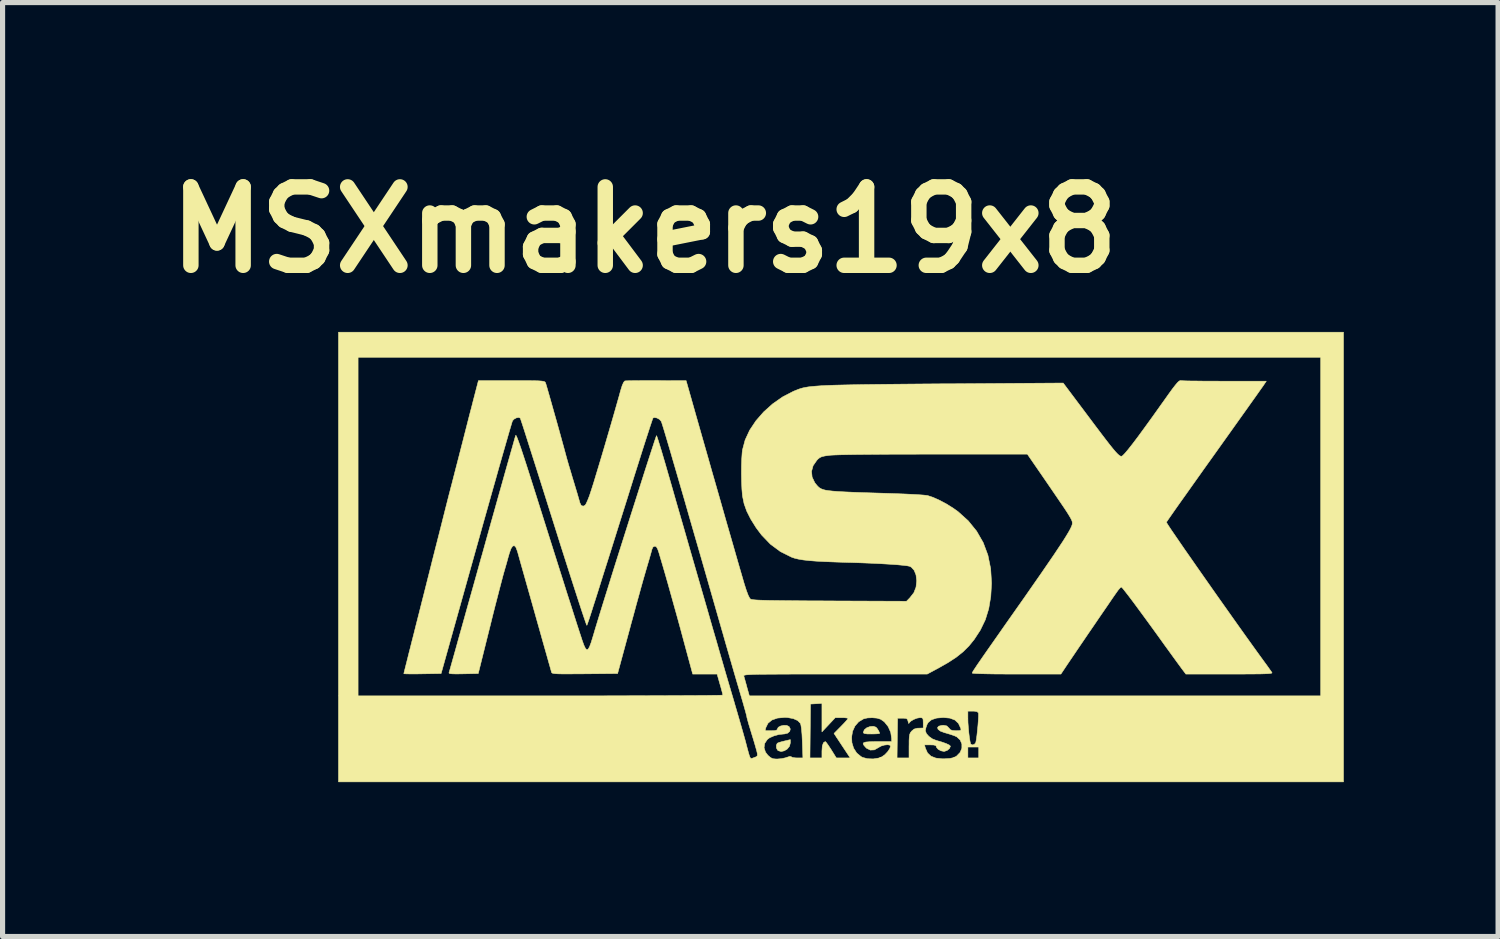
<source format=kicad_pcb>
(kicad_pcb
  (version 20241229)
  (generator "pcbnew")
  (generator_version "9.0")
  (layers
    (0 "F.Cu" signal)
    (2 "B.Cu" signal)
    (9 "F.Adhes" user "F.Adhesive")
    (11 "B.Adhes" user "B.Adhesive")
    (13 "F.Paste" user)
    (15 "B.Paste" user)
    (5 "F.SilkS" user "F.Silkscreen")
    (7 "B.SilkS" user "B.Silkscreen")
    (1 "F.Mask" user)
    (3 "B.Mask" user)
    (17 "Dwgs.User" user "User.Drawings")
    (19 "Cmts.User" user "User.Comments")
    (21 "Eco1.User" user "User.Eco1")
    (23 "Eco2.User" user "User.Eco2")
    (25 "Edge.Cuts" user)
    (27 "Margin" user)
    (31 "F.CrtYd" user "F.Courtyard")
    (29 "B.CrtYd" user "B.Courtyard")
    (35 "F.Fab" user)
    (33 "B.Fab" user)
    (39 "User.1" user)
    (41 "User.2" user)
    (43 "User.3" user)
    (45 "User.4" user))
  (footprint "MSXmakers19x8"
    (layer "F.Cu")
    (at 13.288 7.768)
    (property "Reference" "MSXmakers19x8" (at -3.81 -6.35 0) (layer "F.SilkS") (effects (font (size 1.524 1.524) (thickness 0.3))))
    (attr through_hole)
    (fp_poly (pts (xy -0.974 3.622) (xy -0.99 3.687) (xy -1.033 3.741) (xy -1.091 3.777) (xy -1.153 3.791) (xy -1.209 3.775) (xy -1.223 3.763) (xy -1.245 3.721) (xy -1.246 3.67) (xy -1.229 3.631) (xy -1.224 3.628) (xy -1.19 3.614) (xy -1.13 3.597) (xy -1.086 3.586) (xy -0.974 3.56) (xy -0.974 3.622)) (stroke (width 0.01) (type solid)) (fill yes) (layer "F.SilkS"))
    (fp_poly (pts (xy 0.69 3.318) (xy 0.716 3.347) (xy 0.744 3.392) (xy 0.761 3.431) (xy 0.762 3.438) (xy 0.743 3.444) (xy 0.691 3.448) (xy 0.618 3.45) (xy 0.603 3.45) (xy 0.52 3.449) (xy 0.47 3.442) (xy 0.448 3.431) (xy 0.445 3.418) (xy 0.463 3.37) (xy 0.511 3.33) (xy 0.575 3.306) (xy 0.64 3.301) (xy 0.69 3.318)) (stroke (width 0.01) (type solid)) (fill yes) (layer "F.SilkS"))
    (fp_poly (pts (xy 9.779 4.381) (xy -9.758 4.381) (xy -9.758 -3.873) (xy -9.377 -3.873) (xy -9.377 2.709) (xy -5.831 2.709) (xy -5.447 2.709) (xy -5.075 2.709) (xy -4.717 2.709) (xy -4.374 2.708) (xy -4.05 2.707) (xy -3.745 2.706) (xy -3.464 2.705) (xy -3.207 2.704) (xy -2.977 2.703) (xy -2.776 2.702) (xy -2.607 2.701) (xy -2.471 2.699) (xy -2.371 2.698) (xy -2.308 2.696) (xy -2.286 2.694) (xy -2.286 2.694) (xy -2.291 2.669) (xy -2.306 2.612) (xy -2.327 2.534) (xy -2.342 2.483) (xy -2.398 2.286) (xy -2.872 2.286) (xy -3.048 1.635) (xy -3.106 1.419) (xy -3.168 1.193) (xy -3.232 0.964) (xy -3.295 0.738) (xy -3.355 0.523) (xy -3.412 0.324) (xy -3.463 0.149) (xy -3.506 0.004) (xy -3.529 -0.074) (xy -3.555 -0.148) (xy -3.579 -0.188) (xy -3.605 -0.201) (xy -3.609 -0.201) (xy -3.645 -0.183) (xy -3.665 -0.138) (xy -3.676 -0.095) (xy -3.697 -0.021) (xy -3.725 0.076) (xy -3.757 0.184) (xy -3.768 0.222) (xy -3.793 0.308) (xy -3.828 0.429) (xy -3.87 0.578) (xy -3.917 0.749) (xy -3.969 0.936) (xy -4.022 1.133) (xy -4.077 1.332) (xy -4.094 1.397) (xy -4.332 2.275) (xy -4.969 2.281) (xy -5.15 2.282) (xy -5.294 2.283) (xy -5.404 2.283) (xy -5.486 2.281) (xy -5.543 2.278) (xy -5.58 2.273) (xy -5.602 2.267) (xy -5.613 2.258) (xy -5.617 2.249) (xy -5.625 2.219) (xy -5.644 2.152) (xy -5.672 2.054) (xy -5.707 1.929) (xy -5.749 1.781) (xy -5.796 1.615) (xy -5.846 1.436) (xy -5.899 1.249) (xy -5.953 1.057) (xy -6.007 0.865) (xy -6.06 0.678) (xy -6.11 0.501) (xy -6.156 0.338) (xy -6.197 0.194) (xy -6.231 0.073) (xy -6.257 -0.02) (xy -6.274 -0.081) (xy -6.28 -0.101) (xy -6.308 -0.176) (xy -6.339 -0.21) (xy -6.371 -0.203) (xy -6.404 -0.154) (xy -6.437 -0.063) (xy -6.443 -0.041) (xy -6.463 0.028) (xy -6.489 0.124) (xy -6.52 0.231) (xy -6.542 0.307) (xy -6.562 0.379) (xy -6.59 0.486) (xy -6.626 0.623) (xy -6.667 0.783) (xy -6.713 0.96) (xy -6.761 1.15) (xy -6.809 1.345) (xy -6.825 1.408) (xy -7.041 2.275) (xy -7.33 2.281) (xy -7.45 2.283) (xy -7.532 2.282) (xy -7.583 2.278) (xy -7.607 2.27) (xy -7.61 2.26) (xy -7.603 2.237) (xy -7.585 2.175) (xy -7.558 2.078) (xy -7.521 1.947) (xy -7.476 1.787) (xy -7.424 1.599) (xy -7.364 1.386) (xy -7.298 1.15) (xy -7.227 0.895) (xy -7.15 0.622) (xy -7.07 0.336) (xy -6.987 0.037) (xy -6.964 -0.042) (xy -6.88 -0.344) (xy -6.799 -0.635) (xy -6.721 -0.912) (xy -6.648 -1.173) (xy -6.58 -1.414) (xy -6.518 -1.635) (xy -6.463 -1.83) (xy -6.415 -1.999) (xy -6.375 -2.139) (xy -6.345 -2.246) (xy -6.324 -2.319) (xy -6.313 -2.353) (xy -6.313 -2.356) (xy -6.303 -2.348) (xy -6.284 -2.305) (xy -6.254 -2.225) (xy -6.213 -2.108) (xy -6.162 -1.954) (xy -6.099 -1.761) (xy -6.025 -1.529) (xy -5.939 -1.258) (xy -5.928 -1.224) (xy -5.813 -0.859) (xy -5.703 -0.51) (xy -5.598 -0.178) (xy -5.499 0.135) (xy -5.407 0.425) (xy -5.323 0.692) (xy -5.246 0.931) (xy -5.179 1.142) (xy -5.122 1.32) (xy -5.075 1.465) (xy -5.039 1.574) (xy -5.021 1.63) (xy -4.987 1.724) (xy -4.958 1.785) (xy -4.932 1.812) (xy -4.906 1.803) (xy -4.879 1.758) (xy -4.847 1.674) (xy -4.809 1.55) (xy -4.795 1.503) (xy -4.771 1.421) (xy -4.737 1.309) (xy -4.694 1.168) (xy -4.643 1.003) (xy -4.585 0.816) (xy -4.521 0.612) (xy -4.453 0.393) (xy -4.381 0.163) (xy -4.306 -0.074) (xy -4.229 -0.317) (xy -4.152 -0.56) (xy -4.076 -0.801) (xy -4.001 -1.036) (xy -3.929 -1.262) (xy -3.861 -1.476) (xy -3.798 -1.674) (xy -3.74 -1.854) (xy -3.689 -2.011) (xy -3.646 -2.142) (xy -3.613 -2.244) (xy -3.589 -2.313) (xy -3.577 -2.347) (xy -3.575 -2.349) (xy -3.567 -2.33) (xy -3.548 -2.274) (xy -3.521 -2.187) (xy -3.486 -2.074) (xy -3.446 -1.938) (xy -3.401 -1.786) (xy -3.367 -1.667) (xy -3.318 -1.498) (xy -3.259 -1.293) (xy -3.192 -1.057) (xy -3.116 -0.795) (xy -3.034 -0.512) (xy -2.948 -0.212) (xy -2.858 0.1) (xy -2.766 0.419) (xy -2.673 0.74) (xy -2.581 1.058) (xy -2.492 1.369) (xy -2.405 1.667) (xy -2.349 1.863) (xy -2.298 2.038) (xy -2.24 2.239) (xy -2.178 2.45) (xy -2.117 2.657) (xy -2.062 2.843) (xy -2.052 2.879) (xy -2.007 3.032) (xy -1.963 3.184) (xy -1.922 3.326) (xy -1.887 3.449) (xy -1.86 3.545) (xy -1.848 3.588) (xy -1.815 3.715) (xy -1.79 3.807) (xy -1.772 3.868) (xy -1.758 3.905) (xy -1.744 3.923) (xy -1.729 3.926) (xy -1.709 3.92) (xy -1.681 3.91) (xy -1.681 3.91) (xy -1.632 3.891) (xy -1.614 3.868) (xy -1.617 3.825) (xy -1.618 3.821) (xy -1.628 3.778) (xy -1.645 3.718) (xy -1.485 3.718) (xy -1.457 3.804) (xy -1.41 3.865) (xy -1.359 3.909) (xy -1.313 3.931) (xy -1.249 3.937) (xy -1.229 3.937) (xy -1.147 3.93) (xy -1.068 3.913) (xy -1.042 3.904) (xy -0.984 3.886) (xy -0.957 3.892) (xy -0.956 3.894) (xy -0.933 3.906) (xy -0.881 3.914) (xy -0.84 3.916) (xy -0.73 3.916) (xy -0.73 3.916) (xy -0.593 3.916) (xy -0.36 3.916) (xy -0.36 3.782) (xy -0.353 3.683) (xy -0.331 3.621) (xy -0.297 3.598) (xy -0.294 3.598) (xy -0.276 3.615) (xy -0.243 3.66) (xy -0.2 3.725) (xy -0.179 3.757) (xy -0.08 3.916) (xy 0.19 3.916) (xy 0.032 3.678) (xy -0.08 3.508) (xy 0.217 3.508) (xy 0.223 3.62) (xy 0.256 3.727) (xy 0.316 3.82) (xy 0.402 3.891) (xy 0.434 3.907) (xy 0.527 3.931) (xy 0.637 3.935) (xy 0.743 3.918) (xy 0.748 3.916) (xy 1.1 3.916) (xy 1.333 3.916) (xy 1.333 3.684) (xy 1.334 3.662) (xy 1.633 3.662) (xy 1.652 3.728) (xy 1.693 3.819) (xy 1.76 3.882) (xy 1.855 3.919) (xy 1.981 3.933) (xy 2.032 3.932) (xy 2.126 3.926) (xy 2.191 3.912) (xy 2.242 3.889) (xy 2.259 3.878) (xy 2.327 3.808) (xy 2.36 3.727) (xy 2.36 3.704) (xy 2.477 3.704) (xy 2.477 3.916) (xy 2.688 3.916) (xy 2.688 3.704) (xy 2.477 3.704) (xy 2.36 3.704) (xy 2.36 3.644) (xy 2.327 3.567) (xy 2.262 3.506) (xy 2.214 3.484) (xy 2.138 3.458) (xy 2.051 3.432) (xy 2.024 3.425) (xy 1.944 3.395) (xy 1.898 3.36) (xy 1.887 3.326) (xy 1.911 3.298) (xy 1.973 3.283) (xy 2.005 3.281) (xy 2.068 3.294) (xy 2.108 3.334) (xy 2.137 3.367) (xy 2.176 3.382) (xy 2.24 3.387) (xy 2.248 3.387) (xy 2.309 3.385) (xy 2.338 3.378) (xy 2.343 3.359) (xy 2.338 3.339) (xy 2.294 3.244) (xy 2.225 3.179) (xy 2.128 3.142) (xy 2.001 3.13) (xy 1.869 3.141) (xy 1.771 3.173) (xy 1.705 3.228) (xy 1.682 3.269) (xy 1.661 3.33) (xy 1.651 3.383) (xy 1.651 3.388) (xy 1.67 3.442) (xy 1.719 3.497) (xy 1.788 3.546) (xy 1.865 3.576) (xy 1.969 3.606) (xy 2.054 3.636) (xy 2.113 3.664) (xy 2.137 3.686) (xy 2.138 3.688) (xy 2.12 3.731) (xy 2.076 3.769) (xy 2.022 3.788) (xy 2.012 3.789) (xy 1.953 3.777) (xy 1.899 3.747) (xy 1.867 3.71) (xy 1.863 3.692) (xy 1.851 3.674) (xy 1.811 3.664) (xy 1.748 3.662) (xy 1.633 3.662) (xy 1.334 3.662) (xy 1.334 3.58) (xy 1.338 3.509) (xy 1.345 3.462) (xy 1.358 3.429) (xy 1.379 3.4) (xy 1.382 3.396) (xy 1.431 3.355) (xy 1.492 3.338) (xy 1.52 3.337) (xy 1.609 3.334) (xy 1.609 3.234) (xy 1.607 3.173) (xy 1.598 3.143) (xy 1.573 3.134) (xy 1.542 3.133) (xy 1.486 3.143) (xy 1.423 3.168) (xy 1.368 3.201) (xy 1.335 3.234) (xy 1.331 3.246) (xy 1.326 3.245) (xy 1.316 3.212) (xy 1.315 3.207) (xy 1.303 3.167) (xy 1.28 3.149) (xy 1.234 3.144) (xy 1.206 3.143) (xy 1.111 3.143) (xy 1.105 3.53) (xy 1.1 3.916) (xy 0.748 3.916) (xy 0.803 3.895) (xy 0.862 3.854) (xy 0.917 3.796) (xy 0.958 3.736) (xy 0.974 3.686) (xy 0.956 3.665) (xy 0.912 3.659) (xy 0.853 3.666) (xy 0.792 3.684) (xy 0.741 3.712) (xy 0.737 3.715) (xy 0.659 3.759) (xy 0.581 3.763) (xy 0.509 3.728) (xy 0.496 3.716) (xy 0.457 3.672) (xy 0.441 3.641) (xy 0.451 3.62) (xy 0.492 3.607) (xy 0.567 3.601) (xy 0.68 3.598) (xy 0.72 3.598) (xy 0.995 3.598) (xy 0.995 3.54) (xy 0.977 3.418) (xy 0.927 3.306) (xy 0.853 3.214) (xy 0.782 3.164) (xy 0.711 3.142) (xy 0.619 3.134) (xy 0.525 3.138) (xy 0.451 3.155) (xy 0.354 3.213) (xy 0.282 3.296) (xy 0.236 3.397) (xy 0.217 3.508) (xy -0.08 3.508) (xy -0.125 3.44) (xy 0.012 3.301) (xy 0.072 3.239) (xy 0.118 3.188) (xy 0.145 3.155) (xy 0.148 3.148) (xy 0.129 3.14) (xy 0.079 3.134) (xy 0.024 3.133) (xy -0.101 3.133) (xy -0.23 3.271) (xy -0.36 3.409) (xy -0.36 3.006) (xy 2.477 3.006) (xy 2.477 3.152) (xy 2.479 3.231) (xy 2.486 3.325) (xy 2.495 3.423) (xy 2.506 3.515) (xy 2.518 3.59) (xy 2.529 3.637) (xy 2.532 3.646) (xy 2.563 3.663) (xy 2.601 3.653) (xy 2.629 3.622) (xy 2.631 3.614) (xy 2.642 3.557) (xy 2.653 3.476) (xy 2.663 3.38) (xy 2.673 3.28) (xy 2.68 3.186) (xy 2.684 3.108) (xy 2.684 3.056) (xy 2.682 3.041) (xy 2.658 3.017) (xy 2.607 3.007) (xy 2.572 3.006) (xy 2.477 3.006) (xy -0.36 3.006) (xy -0.36 2.855) (xy -0.471 2.862) (xy -0.582 2.868) (xy -0.588 3.392) (xy -0.593 3.916) (xy -0.73 3.916) (xy -0.741 3.604) (xy -0.748 3.456) (xy -0.758 3.344) (xy -0.77 3.27) (xy -0.78 3.242) (xy -0.832 3.189) (xy -0.917 3.151) (xy -1.026 3.131) (xy -1.082 3.128) (xy -1.224 3.141) (xy -1.333 3.179) (xy -1.409 3.242) (xy -1.451 3.328) (xy -1.465 3.387) (xy -1.346 3.387) (xy -1.275 3.384) (xy -1.238 3.374) (xy -1.228 3.356) (xy -1.209 3.32) (xy -1.163 3.295) (xy -1.103 3.282) (xy -1.044 3.284) (xy -0.999 3.306) (xy -0.999 3.306) (xy -0.975 3.353) (xy -0.986 3.398) (xy -1.026 3.434) (xy -1.089 3.45) (xy -1.098 3.45) (xy -1.195 3.46) (xy -1.293 3.487) (xy -1.378 3.524) (xy -1.422 3.557) (xy -1.473 3.634) (xy -1.485 3.718) (xy -1.645 3.718) (xy -1.649 3.704) (xy -1.677 3.607) (xy -1.71 3.498) (xy -1.725 3.45) (xy -1.758 3.341) (xy -1.787 3.246) (xy -1.807 3.172) (xy -1.819 3.127) (xy -1.82 3.117) (xy -1.826 3.09) (xy -1.842 3.028) (xy -1.867 2.939) (xy -1.898 2.83) (xy -1.934 2.707) (xy -1.938 2.694) (xy -1.971 2.581) (xy -2.014 2.436) (xy -2.064 2.265) (xy -2.119 2.075) (xy -2.177 1.874) (xy -2.236 1.67) (xy -2.293 1.469) (xy -2.296 1.46) (xy -2.445 0.94) (xy -2.583 0.459) (xy -2.71 0.017) (xy -2.827 -0.387) (xy -2.933 -0.754) (xy -3.028 -1.086) (xy -3.114 -1.382) (xy -3.19 -1.644) (xy -3.257 -1.873) (xy -3.314 -2.07) (xy -3.363 -2.235) (xy -3.403 -2.37) (xy -3.435 -2.476) (xy -3.459 -2.553) (xy -3.475 -2.603) (xy -3.484 -2.627) (xy -3.484 -2.627) (xy -3.518 -2.666) (xy -3.568 -2.693) (xy -3.617 -2.702) (xy -3.644 -2.692) (xy -3.653 -2.67) (xy -3.673 -2.61) (xy -3.704 -2.518) (xy -3.743 -2.397) (xy -3.791 -2.25) (xy -3.845 -2.081) (xy -3.904 -1.894) (xy -3.968 -1.692) (xy -4.011 -1.556) (xy -4.137 -1.153) (xy -4.252 -0.788) (xy -4.355 -0.461) (xy -4.447 -0.168) (xy -4.529 0.092) (xy -4.602 0.321) (xy -4.665 0.522) (xy -4.719 0.694) (xy -4.766 0.842) (xy -4.806 0.966) (xy -4.838 1.068) (xy -4.865 1.151) (xy -4.886 1.216) (xy -4.903 1.265) (xy -4.915 1.3) (xy -4.923 1.322) (xy -4.928 1.335) (xy -4.93 1.338) (xy -4.938 1.321) (xy -4.958 1.266) (xy -4.989 1.175) (xy -5.03 1.053) (xy -5.08 0.9) (xy -5.138 0.721) (xy -5.204 0.517) (xy -5.276 0.292) (xy -5.354 0.048) (xy -5.437 -0.212) (xy -5.523 -0.486) (xy -5.577 -0.657) (xy -5.666 -0.939) (xy -5.751 -1.209) (xy -5.832 -1.465) (xy -5.908 -1.705) (xy -5.978 -1.925) (xy -6.041 -2.123) (xy -6.096 -2.296) (xy -6.142 -2.441) (xy -6.179 -2.555) (xy -6.206 -2.636) (xy -6.221 -2.681) (xy -6.224 -2.69) (xy -6.254 -2.703) (xy -6.3 -2.695) (xy -6.346 -2.67) (xy -6.375 -2.638) (xy -6.384 -2.612) (xy -6.403 -2.548) (xy -6.433 -2.448) (xy -6.471 -2.316) (xy -6.518 -2.152) (xy -6.573 -1.961) (xy -6.635 -1.744) (xy -6.702 -1.505) (xy -6.776 -1.245) (xy -6.854 -0.967) (xy -6.937 -0.674) (xy -7.022 -0.369) (xy -7.081 -0.159) (xy -7.763 2.275) (xy -8.125 2.281) (xy -8.244 2.283) (xy -8.346 2.283) (xy -8.425 2.282) (xy -8.475 2.28) (xy -8.488 2.278) (xy -8.483 2.255) (xy -8.469 2.198) (xy -8.447 2.111) (xy -8.419 2) (xy -8.387 1.871) (xy -8.362 1.774) (xy -8.333 1.658) (xy -8.294 1.506) (xy -8.249 1.326) (xy -8.197 1.122) (xy -8.141 0.9) (xy -8.082 0.668) (xy -8.022 0.429) (xy -7.962 0.192) (xy -7.938 0.095) (xy -7.881 -0.13) (xy -7.825 -0.349) (xy -7.772 -0.558) (xy -7.723 -0.753) (xy -7.679 -0.927) (xy -7.641 -1.077) (xy -7.61 -1.199) (xy -7.587 -1.287) (xy -7.578 -1.323) (xy -7.557 -1.402) (xy -7.528 -1.515) (xy -7.492 -1.655) (xy -7.451 -1.813) (xy -7.407 -1.984) (xy -7.362 -2.16) (xy -7.343 -2.233) (xy -7.298 -2.41) (xy -7.253 -2.586) (xy -7.21 -2.755) (xy -7.17 -2.907) (xy -7.137 -3.037) (xy -7.111 -3.136) (xy -7.104 -3.164) (xy -7.038 -3.418) (xy -6.395 -3.418) (xy -6.213 -3.418) (xy -6.069 -3.418) (xy -5.958 -3.417) (xy -5.876 -3.415) (xy -5.817 -3.411) (xy -5.779 -3.406) (xy -5.755 -3.399) (xy -5.742 -3.391) (xy -5.735 -3.379) (xy -5.733 -3.376) (xy -5.724 -3.348) (xy -5.705 -3.284) (xy -5.678 -3.19) (xy -5.644 -3.071) (xy -5.605 -2.933) (xy -5.562 -2.78) (xy -5.516 -2.618) (xy -5.47 -2.453) (xy -5.425 -2.29) (xy -5.382 -2.134) (xy -5.343 -1.99) (xy -5.323 -1.916) (xy -5.307 -1.86) (xy -5.282 -1.773) (xy -5.249 -1.664) (xy -5.213 -1.542) (xy -5.185 -1.45) (xy -5.149 -1.33) (xy -5.116 -1.221) (xy -5.09 -1.131) (xy -5.072 -1.068) (xy -5.064 -1.041) (xy -5.04 -0.993) (xy -5.001 -0.978) (xy -4.962 -0.998) (xy -4.942 -1.031) (xy -4.914 -1.093) (xy -4.882 -1.174) (xy -4.867 -1.218) (xy -4.839 -1.303) (xy -4.801 -1.422) (xy -4.756 -1.571) (xy -4.704 -1.743) (xy -4.647 -1.933) (xy -4.587 -2.135) (xy -4.526 -2.344) (xy -4.465 -2.553) (xy -4.406 -2.757) (xy -4.351 -2.95) (xy -4.301 -3.126) (xy -4.272 -3.232) (xy -4.242 -3.327) (xy -4.214 -3.388) (xy -4.191 -3.413) (xy -4.162 -3.415) (xy -4.097 -3.417) (xy -4.001 -3.418) (xy -3.88 -3.419) (xy -3.74 -3.419) (xy -3.586 -3.419) (xy -3.579 -3.419) (xy -3 -3.418) (xy -2.895 -3.048) (xy -2.859 -2.921) (xy -2.815 -2.765) (xy -2.763 -2.583) (xy -2.705 -2.379) (xy -2.642 -2.158) (xy -2.575 -1.924) (xy -2.506 -1.68) (xy -2.434 -1.43) (xy -2.362 -1.179) (xy -2.291 -0.93) (xy -2.222 -0.687) (xy -2.155 -0.455) (xy -2.092 -0.237) (xy -2.035 -0.038) (xy -1.984 0.14) (xy -1.94 0.291) (xy -1.905 0.411) (xy -1.88 0.498) (xy -1.87 0.532) (xy -1.828 0.663) (xy -1.793 0.755) (xy -1.764 0.811) (xy -1.747 0.829) (xy -1.731 0.834) (xy -1.702 0.839) (xy -1.655 0.844) (xy -1.588 0.848) (xy -1.499 0.851) (xy -1.384 0.854) (xy -1.242 0.856) (xy -1.07 0.858) (xy -0.864 0.86) (xy -0.623 0.862) (xy -0.343 0.863) (xy -0.21 0.864) (xy 1.284 0.87) (xy 1.35 0.802) (xy 1.427 0.704) (xy 1.469 0.596) (xy 1.482 0.473) (xy 1.469 0.359) (xy 1.433 0.269) (xy 1.377 0.207) (xy 1.346 0.191) (xy 1.3 0.181) (xy 1.216 0.171) (xy 1.1 0.16) (xy 0.954 0.15) (xy 0.785 0.14) (xy 0.597 0.131) (xy 0.394 0.123) (xy 0.181 0.116) (xy 0.159 0.116) (xy -0.086 0.108) (xy -0.293 0.1) (xy -0.465 0.091) (xy -0.607 0.08) (xy -0.723 0.067) (xy -0.817 0.051) (xy -0.892 0.033) (xy -0.95 0.013) (xy -1.168 -0.096) (xy -1.362 -0.24) (xy -1.534 -0.419) (xy -1.639 -0.559) (xy -1.745 -0.729) (xy -1.822 -0.882) (xy -1.873 -1.025) (xy -1.903 -1.169) (xy -1.906 -1.193) (xy -1.916 -1.312) (xy -1.922 -1.453) (xy -1.925 -1.606) (xy -1.924 -1.759) (xy -1.919 -1.9) (xy -1.911 -2.017) (xy -1.904 -2.074) (xy -1.853 -2.265) (xy -1.765 -2.455) (xy -1.643 -2.638) (xy -1.493 -2.81) (xy -1.319 -2.966) (xy -1.125 -3.102) (xy -0.915 -3.211) (xy -0.813 -3.252) (xy -0.774 -3.265) (xy -0.731 -3.277) (xy -0.683 -3.287) (xy -0.625 -3.297) (xy -0.556 -3.305) (xy -0.474 -3.312) (xy -0.377 -3.319) (xy -0.261 -3.325) (xy -0.125 -3.33) (xy 0.034 -3.334) (xy 0.218 -3.338) (xy 0.43 -3.342) (xy 0.672 -3.345) (xy 0.945 -3.348) (xy 1.253 -3.351) (xy 1.599 -3.354) (xy 1.983 -3.357) (xy 2.109 -3.357) (xy 4.33 -3.372) (xy 4.803 -2.742) (xy 4.943 -2.555) (xy 5.06 -2.4) (xy 5.157 -2.273) (xy 5.236 -2.171) (xy 5.299 -2.093) (xy 5.348 -2.035) (xy 5.387 -1.994) (xy 5.416 -1.968) (xy 5.439 -1.953) (xy 5.457 -1.948) (xy 5.463 -1.947) (xy 5.488 -1.962) (xy 5.532 -2.008) (xy 5.596 -2.084) (xy 5.681 -2.192) (xy 5.787 -2.332) (xy 5.914 -2.506) (xy 6.064 -2.713) (xy 6.236 -2.955) (xy 6.287 -3.026) (xy 6.38 -3.157) (xy 6.453 -3.258) (xy 6.509 -3.33) (xy 6.55 -3.379) (xy 6.58 -3.407) (xy 6.602 -3.419) (xy 6.615 -3.419) (xy 6.645 -3.417) (xy 6.712 -3.414) (xy 6.812 -3.412) (xy 6.94 -3.411) (xy 7.09 -3.409) (xy 7.259 -3.409) (xy 7.44 -3.408) (xy 7.468 -3.408) (xy 8.278 -3.408) (xy 8.21 -3.307) (xy 8.186 -3.274) (xy 8.14 -3.209) (xy 8.074 -3.115) (xy 7.989 -2.996) (xy 7.889 -2.855) (xy 7.774 -2.694) (xy 7.648 -2.517) (xy 7.512 -2.326) (xy 7.368 -2.124) (xy 7.244 -1.95) (xy 7.097 -1.745) (xy 6.958 -1.549) (xy 6.828 -1.366) (xy 6.709 -1.198) (xy 6.602 -1.048) (xy 6.511 -0.919) (xy 6.437 -0.813) (xy 6.382 -0.734) (xy 6.348 -0.684) (xy 6.336 -0.666) (xy 6.347 -0.646) (xy 6.38 -0.594) (xy 6.433 -0.514) (xy 6.505 -0.409) (xy 6.593 -0.281) (xy 6.694 -0.134) (xy 6.808 0.029) (xy 6.931 0.206) (xy 7.062 0.393) (xy 7.198 0.587) (xy 7.338 0.786) (xy 7.479 0.985) (xy 7.619 1.183) (xy 7.756 1.376) (xy 7.888 1.561) (xy 8.013 1.735) (xy 8.128 1.895) (xy 8.232 2.038) (xy 8.297 2.127) (xy 8.34 2.188) (xy 8.375 2.237) (xy 8.39 2.26) (xy 8.386 2.266) (xy 8.363 2.272) (xy 8.319 2.277) (xy 8.249 2.28) (xy 8.151 2.283) (xy 8.021 2.284) (xy 7.857 2.285) (xy 7.655 2.286) (xy 7.56 2.286) (xy 6.715 2.286) (xy 6.631 2.175) (xy 6.596 2.127) (xy 6.541 2.052) (xy 6.469 1.953) (xy 6.386 1.838) (xy 6.295 1.713) (xy 6.213 1.598) (xy 6.064 1.392) (xy 5.927 1.204) (xy 5.805 1.038) (xy 5.699 0.894) (xy 5.61 0.776) (xy 5.54 0.686) (xy 5.491 0.624) (xy 5.463 0.595) (xy 5.459 0.593) (xy 5.439 0.608) (xy 5.405 0.646) (xy 5.393 0.661) (xy 5.371 0.692) (xy 5.328 0.753) (xy 5.268 0.84) (xy 5.194 0.949) (xy 5.108 1.074) (xy 5.014 1.211) (xy 4.916 1.355) (xy 4.815 1.502) (xy 4.716 1.648) (xy 4.621 1.787) (xy 4.534 1.916) (xy 4.458 2.028) (xy 4.395 2.121) (xy 4.374 2.153) (xy 4.286 2.285) (xy 3.424 2.285) (xy 3.198 2.285) (xy 3.003 2.284) (xy 2.841 2.281) (xy 2.714 2.278) (xy 2.624 2.274) (xy 2.573 2.27) (xy 2.561 2.266) (xy 2.564 2.257) (xy 2.573 2.239) (xy 2.59 2.211) (xy 2.618 2.169) (xy 2.656 2.111) (xy 2.708 2.036) (xy 2.774 1.94) (xy 2.857 1.821) (xy 2.958 1.677) (xy 3.078 1.506) (xy 3.219 1.304) (xy 3.374 1.084) (xy 3.574 0.8) (xy 3.75 0.547) (xy 3.904 0.326) (xy 4.037 0.132) (xy 4.151 -0.034) (xy 4.246 -0.177) (xy 4.325 -0.296) (xy 4.387 -0.395) (xy 4.435 -0.475) (xy 4.47 -0.538) (xy 4.493 -0.587) (xy 4.505 -0.622) (xy 4.508 -0.643) (xy 4.507 -0.663) (xy 4.503 -0.685) (xy 4.492 -0.712) (xy 4.474 -0.747) (xy 4.446 -0.795) (xy 4.407 -0.858) (xy 4.353 -0.94) (xy 4.283 -1.043) (xy 4.195 -1.172) (xy 4.087 -1.33) (xy 3.972 -1.498) (xy 3.633 -1.99) (xy 1.8 -1.99) (xy 1.442 -1.989) (xy 1.115 -1.989) (xy 0.82 -1.987) (xy 0.559 -1.985) (xy 0.332 -1.983) (xy 0.142 -1.98) (xy -0.01 -1.977) (xy -0.123 -1.973) (xy -0.196 -1.969) (xy -0.212 -1.967) (xy -0.301 -1.955) (xy -0.361 -1.941) (xy -0.402 -1.922) (xy -0.438 -1.893) (xy -0.46 -1.869) (xy -0.532 -1.765) (xy -0.562 -1.655) (xy -0.551 -1.544) (xy -0.499 -1.435) (xy -0.455 -1.38) (xy -0.432 -1.356) (xy -0.408 -1.335) (xy -0.379 -1.318) (xy -0.342 -1.303) (xy -0.294 -1.29) (xy -0.23 -1.28) (xy -0.148 -1.271) (xy -0.045 -1.263) (xy 0.084 -1.256) (xy 0.241 -1.249) (xy 0.431 -1.242) (xy 0.655 -1.235) (xy 0.919 -1.227) (xy 0.921 -1.227) (xy 1.091 -1.221) (xy 1.251 -1.215) (xy 1.396 -1.208) (xy 1.519 -1.201) (xy 1.615 -1.194) (xy 1.677 -1.187) (xy 1.693 -1.185) (xy 1.799 -1.15) (xy 1.924 -1.094) (xy 2.058 -1.023) (xy 2.188 -0.942) (xy 2.285 -0.873) (xy 2.484 -0.694) (xy 2.647 -0.493) (xy 2.775 -0.27) (xy 2.866 -0.027) (xy 2.92 0.237) (xy 2.937 0.519) (xy 2.922 0.777) (xy 2.882 1.016) (xy 2.816 1.23) (xy 2.719 1.431) (xy 2.6 1.613) (xy 2.497 1.74) (xy 2.383 1.853) (xy 2.25 1.959) (xy 2.091 2.063) (xy 1.904 2.169) (xy 1.686 2.286) (xy -0.101 2.286) (xy -0.418 2.286) (xy -0.695 2.286) (xy -0.935 2.286) (xy -1.14 2.287) (xy -1.314 2.288) (xy -1.458 2.289) (xy -1.576 2.29) (xy -1.67 2.292) (xy -1.743 2.295) (xy -1.797 2.298) (xy -1.835 2.301) (xy -1.859 2.306) (xy -1.873 2.31) (xy -1.879 2.316) (xy -1.879 2.323) (xy -1.879 2.323) (xy -1.868 2.36) (xy -1.85 2.425) (xy -1.827 2.507) (xy -1.82 2.535) (xy -1.771 2.709) (xy 9.335 2.709) (xy 9.335 -3.873) (xy -9.377 -3.873) (xy -9.758 -3.873) (xy -9.758 -4.36) (xy 9.779 -4.36) (xy 9.779 4.381)) (stroke (width 0.01) (type solid)) (fill yes) (layer "F.SilkS")))
  (gr_rect
    (start -3 -3)
    (end 26.072 15.155)
    (stroke (width 0.1) (type default))
    (fill no)
    (layer "Edge.Cuts")))
</source>
